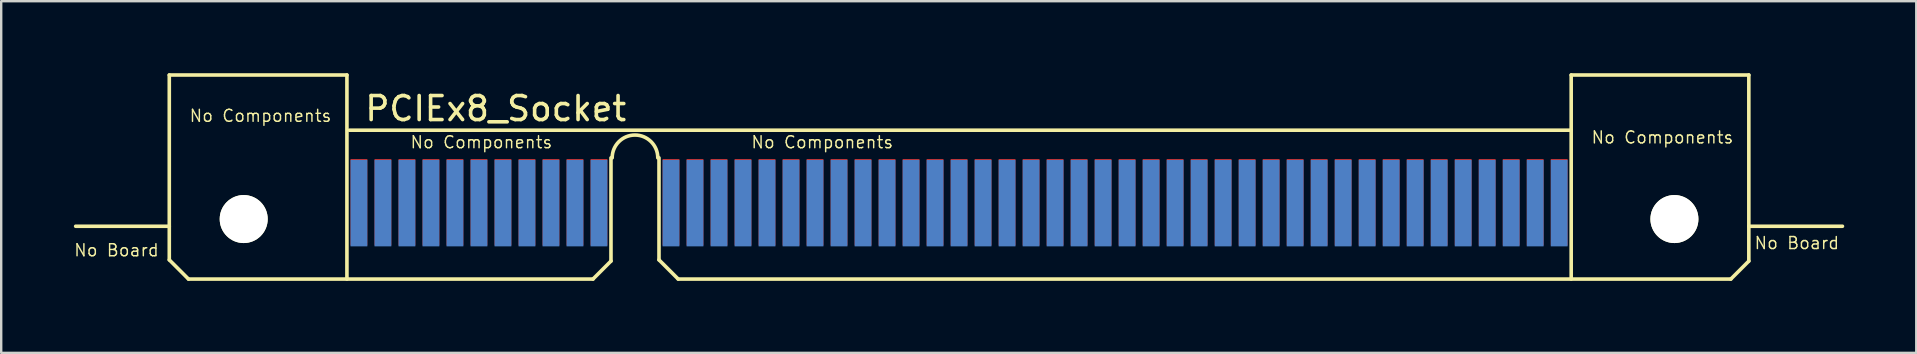
<source format=kicad_pcb>
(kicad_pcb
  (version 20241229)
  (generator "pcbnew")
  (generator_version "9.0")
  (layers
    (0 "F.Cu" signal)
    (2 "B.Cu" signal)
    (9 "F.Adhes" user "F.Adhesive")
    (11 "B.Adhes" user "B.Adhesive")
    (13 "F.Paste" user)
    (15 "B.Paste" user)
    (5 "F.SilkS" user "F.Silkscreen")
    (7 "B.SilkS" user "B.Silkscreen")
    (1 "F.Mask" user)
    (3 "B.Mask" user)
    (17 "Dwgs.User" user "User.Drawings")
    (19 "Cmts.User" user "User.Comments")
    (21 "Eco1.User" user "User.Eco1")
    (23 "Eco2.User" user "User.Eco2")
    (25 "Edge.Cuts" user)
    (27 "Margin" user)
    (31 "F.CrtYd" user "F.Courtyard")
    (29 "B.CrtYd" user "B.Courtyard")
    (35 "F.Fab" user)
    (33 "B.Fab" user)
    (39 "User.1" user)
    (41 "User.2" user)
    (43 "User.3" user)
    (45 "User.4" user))
  (footprint "PCIEx8_Socket"
    (layer "F.Cu")
    (at 17.902 5.375)
    (property "Reference" "PCIEx8_Socket" (at -0.3 -3.9 0) (layer "F.SilkS") (effects (font (size 1 1) (thickness 0.15))))
    (attr through_hole)
    (fp_line (start -13.9 -0.85) (end -13.9 3.2) (stroke (width 0.15) (type solid)) (layer "F.Mask"))
    (fp_line (start -13.9 3.2) (end 51.9 3.2) (stroke (width 0.15) (type solid)) (layer "F.Mask"))
    (fp_line (start 51.9 -0.85) (end -13.9 -0.85) (stroke (width 0.15) (type solid)) (layer "F.Mask"))
    (fp_line (start 51.9 3.2) (end 51.9 -0.85) (stroke (width 0.15) (type solid)) (layer "F.Mask"))
    (fp_line (start -17.8 1) (end -13.9 1) (stroke (width 0.15) (type solid)) (layer "F.SilkS"))
    (fp_line (start -13.9 2.4) (end -13.9 -5.3) (stroke (width 0.15) (type solid)) (layer "F.SilkS"))
    (fp_line (start -13.1 3.2) (end -13.9 2.4) (stroke (width 0.15) (type solid)) (layer "F.SilkS"))
    (fp_line (start -6.5 -5.3) (end -13.9 -5.3) (stroke (width 0.15) (type solid)) (layer "F.SilkS"))
    (fp_line (start -6.5 -5.3) (end -6.5 3.2) (stroke (width 0.15) (type solid)) (layer "F.SilkS"))
    (fp_line (start 3.75 3.2) (end -13.1 3.2) (stroke (width 0.15) (type solid)) (layer "F.SilkS"))
    (fp_line (start 4.5 -1.85) (end 4.5 2.45) (stroke (width 0.15) (type solid)) (layer "F.SilkS"))
    (fp_line (start 4.5 2.45) (end 3.75 3.2) (stroke (width 0.15) (type solid)) (layer "F.SilkS"))
    (fp_line (start 6.5 -1.85) (end 6.5 2.4) (stroke (width 0.15) (type solid)) (layer "F.SilkS"))
    (fp_line (start 7.3 3.2) (end 6.5 2.4) (stroke (width 0.15) (type solid)) (layer "F.SilkS"))
    (fp_line (start 7.3 3.2) (end 51.15 3.2) (stroke (width 0.15) (type solid)) (layer "F.SilkS"))
    (fp_line (start 44.5 -5.3) (end 44.5 3.2) (stroke (width 0.15) (type solid)) (layer "F.SilkS"))
    (fp_line (start 44.5 -3) (end -6.4 -3) (stroke (width 0.15) (type solid)) (layer "F.SilkS"))
    (fp_line (start 51.9 -5.3) (end 44.5 -5.3) (stroke (width 0.15) (type solid)) (layer "F.SilkS"))
    (fp_line (start 51.9 1) (end 55.8 1) (stroke (width 0.15) (type solid)) (layer "F.SilkS"))
    (fp_line (start 51.9 2.45) (end 51.15 3.2) (stroke (width 0.15) (type solid)) (layer "F.SilkS"))
    (fp_line (start 51.9 2.45) (end 51.9 -5.3) (stroke (width 0.15) (type solid)) (layer "F.SilkS"))
    (fp_arc (start 4.55 -1.85) (mid 5.5 -2.8) (end 6.45 -1.85) (stroke (width 0.15) (type solid)) (layer "F.SilkS"))
    (fp_text user "No Board" (at -16.1 2 0) (layer "F.SilkS") (effects (font (size 0.5 0.5) (thickness 0.06))))
    (fp_text user "No Components" (at 48.3 -2.7 0) (layer "F.SilkS") (effects (font (size 0.5 0.5) (thickness 0.06))))
    (fp_text user "No Components" (at 13.3 -2.5 0) (layer "F.SilkS") (effects (font (size 0.5 0.5) (thickness 0.06))))
    (fp_text user "No Components" (at -10.1 -3.6 0) (layer "F.SilkS") (effects (font (size 0.5 0.5) (thickness 0.06))))
    (fp_text user "No Components" (at -0.9 -2.5 0) (layer "F.SilkS") (effects (font (size 0.5 0.5) (thickness 0.06))))
    (fp_text user "No Board" (at 53.9 1.7 0) (layer "F.SilkS") (effects (font (size 0.5 0.5) (thickness 0.06))))
    (pad "" np_thru_hole circle (at -10.8 0.7) (size 2 2) (drill 2) (layers "*.Cu" "*.Mask" "F.SilkS"))
    (pad "" np_thru_hole circle (at 48.8 0.7) (size 2 2) (drill 2) (layers "*.Cu" "*.Mask" "F.SilkS"))
    (pad "A1" smd rect (at -6 0) (size 0.7 3.6) (layers "F.Cu" "F.Mask" "F.Paste"))
    (pad "A2" smd rect (at -5 0) (size 0.7 3.6) (layers "F.Cu" "F.Mask" "F.Paste"))
    (pad "A3" smd rect (at -4 0) (size 0.7 3.6) (layers "F.Cu" "F.Mask" "F.Paste"))
    (pad "A4" smd rect (at -3 0) (size 0.7 3.6) (layers "F.Cu" "F.Mask" "F.Paste"))
    (pad "A5" smd rect (at -2 0) (size 0.7 3.6) (layers "F.Cu" "F.Mask" "F.Paste"))
    (pad "A6" smd rect (at -1 0) (size 0.7 3.6) (layers "F.Cu" "F.Mask" "F.Paste"))
    (pad "A7" smd rect (at 0 0) (size 0.7 3.6) (layers "F.Cu" "F.Mask" "F.Paste"))
    (pad "A8" smd rect (at 1 0) (size 0.7 3.6) (layers "F.Cu" "F.Mask" "F.Paste"))
    (pad "A9" smd rect (at 2 0) (size 0.7 3.6) (layers "F.Cu" "F.Mask" "F.Paste"))
    (pad "A10" smd rect (at 3 0) (size 0.7 3.6) (layers "F.Cu" "F.Mask" "F.Paste"))
    (pad "A11" smd rect (at 4 0) (size 0.7 3.6) (layers "F.Cu" "F.Mask" "F.Paste"))
    (pad "A12" smd rect (at 7 0) (size 0.7 3.6) (layers "F.Cu" "F.Mask" "F.Paste"))
    (pad "A13" smd rect (at 8 0) (size 0.7 3.6) (layers "F.Cu" "F.Mask" "F.Paste"))
    (pad "A14" smd rect (at 9 0) (size 0.7 3.6) (layers "F.Cu" "F.Mask" "F.Paste"))
    (pad "A15" smd rect (at 10 0) (size 0.7 3.6) (layers "F.Cu" "F.Mask" "F.Paste"))
    (pad "A16" smd rect (at 11 0) (size 0.7 3.6) (layers "F.Cu" "F.Mask" "F.Paste"))
    (pad "A17" smd rect (at 12 0) (size 0.7 3.6) (layers "F.Cu" "F.Mask" "F.Paste"))
    (pad "A18" smd rect (at 13 0) (size 0.7 3.6) (layers "F.Cu" "F.Mask" "F.Paste"))
    (pad "A19" smd rect (at 14 0) (size 0.7 3.6) (layers "F.Cu" "F.Mask" "F.Paste"))
    (pad "A20" smd rect (at 15 0) (size 0.7 3.6) (layers "F.Cu" "F.Mask" "F.Paste"))
    (pad "A21" smd rect (at 16 0) (size 0.7 3.6) (layers "F.Cu" "F.Mask" "F.Paste"))
    (pad "A22" smd rect (at 17 0) (size 0.7 3.6) (layers "F.Cu" "F.Mask" "F.Paste"))
    (pad "A23" smd rect (at 18 0) (size 0.7 3.6) (layers "F.Cu" "F.Mask" "F.Paste"))
    (pad "A24" smd rect (at 19 0) (size 0.7 3.6) (layers "F.Cu" "F.Mask" "F.Paste"))
    (pad "A25" smd rect (at 20 0) (size 0.7 3.6) (layers "F.Cu" "F.Mask" "F.Paste"))
    (pad "A26" smd rect (at 21 0) (size 0.7 3.6) (layers "F.Cu" "F.Mask" "F.Paste"))
    (pad "A27" smd rect (at 22 0) (size 0.7 3.6) (layers "F.Cu" "F.Mask" "F.Paste"))
    (pad "A28" smd rect (at 23 0) (size 0.7 3.6) (layers "F.Cu" "F.Mask" "F.Paste"))
    (pad "A29" smd rect (at 24 0) (size 0.7 3.6) (layers "F.Cu" "F.Mask" "F.Paste"))
    (pad "A30" smd rect (at 25 0) (size 0.7 3.6) (layers "F.Cu" "F.Mask" "F.Paste"))
    (pad "A31" smd rect (at 26 0) (size 0.7 3.6) (layers "F.Cu" "F.Mask" "F.Paste"))
    (pad "A32" smd rect (at 27 0) (size 0.7 3.6) (layers "F.Cu" "F.Mask" "F.Paste"))
    (pad "A33" smd rect (at 28 0) (size 0.7 3.6) (layers "F.Cu" "F.Mask" "F.Paste"))
    (pad "A34" smd rect (at 29 0) (size 0.7 3.6) (layers "F.Cu" "F.Mask" "F.Paste"))
    (pad "A35" smd rect (at 30 0) (size 0.7 3.6) (layers "F.Cu" "F.Mask" "F.Paste"))
    (pad "A36" smd rect (at 31 0) (size 0.7 3.6) (layers "F.Cu" "F.Mask" "F.Paste"))
    (pad "A37" smd rect (at 32 0) (size 0.7 3.6) (layers "F.Cu" "F.Mask" "F.Paste"))
    (pad "A38" smd rect (at 33 0) (size 0.7 3.6) (layers "F.Cu" "F.Mask" "F.Paste"))
    (pad "A39" smd rect (at 34 0) (size 0.7 3.6) (layers "F.Cu" "F.Mask" "F.Paste"))
    (pad "A40" smd rect (at 35 0) (size 0.7 3.6) (layers "F.Cu" "F.Mask" "F.Paste"))
    (pad "A41" smd rect (at 36 0) (size 0.7 3.6) (layers "F.Cu" "F.Mask" "F.Paste"))
    (pad "A42" smd rect (at 37 0) (size 0.7 3.6) (layers "F.Cu" "F.Mask" "F.Paste"))
    (pad "A43" smd rect (at 38 0) (size 0.7 3.6) (layers "F.Cu" "F.Mask" "F.Paste"))
    (pad "A44" smd rect (at 39 0) (size 0.7 3.6) (layers "F.Cu" "F.Mask" "F.Paste"))
    (pad "A45" smd rect (at 40 0) (size 0.7 3.6) (layers "F.Cu" "F.Mask" "F.Paste"))
    (pad "A46" smd rect (at 41 0) (size 0.7 3.6) (layers "F.Cu" "F.Mask" "F.Paste"))
    (pad "A47" smd rect (at 42 0) (size 0.7 3.6) (layers "F.Cu" "F.Mask" "F.Paste"))
    (pad "A48" smd rect (at 43 0) (size 0.7 3.6) (layers "F.Cu" "F.Mask" "F.Paste"))
    (pad "A49" smd rect (at 44 0) (size 0.7 3.6) (layers "F.Cu" "F.Mask" "F.Paste"))
    (pad "B1" smd rect (at -6 0.038) (size 0.7 3.6) (layers "B.Cu" "B.Mask" "B.Paste"))
    (pad "B2" smd rect (at -5 0.038) (size 0.7 3.6) (layers "B.Cu" "B.Mask" "B.Paste"))
    (pad "B3" smd rect (at -4 0.038) (size 0.7 3.6) (layers "B.Cu" "B.Mask" "B.Paste"))
    (pad "B4" smd rect (at -3 0.038) (size 0.7 3.6) (layers "B.Cu" "B.Mask" "B.Paste"))
    (pad "B5" smd rect (at -2 0.038) (size 0.7 3.6) (layers "B.Cu" "B.Mask" "B.Paste"))
    (pad "B6" smd rect (at -1 0.038) (size 0.7 3.6) (layers "B.Cu" "B.Mask" "B.Paste"))
    (pad "B7" smd rect (at 0 0.038) (size 0.7 3.6) (layers "B.Cu" "B.Mask" "B.Paste"))
    (pad "B8" smd rect (at 1 0.038) (size 0.7 3.6) (layers "B.Cu" "B.Mask" "B.Paste"))
    (pad "B9" smd rect (at 2 0.038) (size 0.7 3.6) (layers "B.Cu" "B.Mask" "B.Paste"))
    (pad "B10" smd rect (at 3 0.038) (size 0.7 3.6) (layers "B.Cu" "B.Mask" "B.Paste"))
    (pad "B11" smd rect (at 4 0.038) (size 0.7 3.6) (layers "B.Cu" "B.Mask" "B.Paste"))
    (pad "B12" smd rect (at 7 0.038) (size 0.7 3.6) (layers "B.Cu" "B.Mask" "B.Paste"))
    (pad "B13" smd rect (at 8 0.038) (size 0.7 3.6) (layers "B.Cu" "B.Mask" "B.Paste"))
    (pad "B14" smd rect (at 9 0.038) (size 0.7 3.6) (layers "B.Cu" "B.Mask" "B.Paste"))
    (pad "B15" smd rect (at 10 0.038) (size 0.7 3.6) (layers "B.Cu" "B.Mask" "B.Paste"))
    (pad "B16" smd rect (at 11 0.038) (size 0.7 3.6) (layers "B.Cu" "B.Mask" "B.Paste"))
    (pad "B17" smd rect (at 12 0.038) (size 0.7 3.6) (layers "B.Cu" "B.Mask" "B.Paste"))
    (pad "B18" smd rect (at 13 0.038) (size 0.7 3.6) (layers "B.Cu" "B.Mask" "B.Paste"))
    (pad "B19" smd rect (at 14 0.038) (size 0.7 3.6) (layers "B.Cu" "B.Mask" "B.Paste"))
    (pad "B20" smd rect (at 15 0.038) (size 0.7 3.6) (layers "B.Cu" "B.Mask" "B.Paste"))
    (pad "B21" smd rect (at 16 0.038) (size 0.7 3.6) (layers "B.Cu" "B.Mask" "B.Paste"))
    (pad "B22" smd rect (at 17 0.038) (size 0.7 3.6) (layers "B.Cu" "B.Mask" "B.Paste"))
    (pad "B23" smd rect (at 18 0.038) (size 0.7 3.6) (layers "B.Cu" "B.Mask" "B.Paste"))
    (pad "B24" smd rect (at 19 0.038) (size 0.7 3.6) (layers "B.Cu" "B.Mask" "B.Paste"))
    (pad "B25" smd rect (at 20 0.038) (size 0.7 3.6) (layers "B.Cu" "B.Mask" "B.Paste"))
    (pad "B26" smd rect (at 21 0.038) (size 0.7 3.6) (layers "B.Cu" "B.Mask" "B.Paste"))
    (pad "B27" smd rect (at 22 0.038) (size 0.7 3.6) (layers "B.Cu" "B.Mask" "B.Paste"))
    (pad "B28" smd rect (at 23 0.038) (size 0.7 3.6) (layers "B.Cu" "B.Mask" "B.Paste"))
    (pad "B29" smd rect (at 24 0.038) (size 0.7 3.6) (layers "B.Cu" "B.Mask" "B.Paste"))
    (pad "B30" smd rect (at 25 0.038) (size 0.7 3.6) (layers "B.Cu" "B.Mask" "B.Paste"))
    (pad "B31" smd rect (at 26 0.038) (size 0.7 3.6) (layers "B.Cu" "B.Mask" "B.Paste"))
    (pad "B32" smd rect (at 27 0.038) (size 0.7 3.6) (layers "B.Cu" "B.Mask" "B.Paste"))
    (pad "B33" smd rect (at 28 0.038) (size 0.7 3.6) (layers "B.Cu" "B.Mask" "B.Paste"))
    (pad "B34" smd rect (at 29 0.038) (size 0.7 3.6) (layers "B.Cu" "B.Mask" "B.Paste"))
    (pad "B35" smd rect (at 30 0.038) (size 0.7 3.6) (layers "B.Cu" "B.Mask" "B.Paste"))
    (pad "B36" smd rect (at 31 0.038) (size 0.7 3.6) (layers "B.Cu" "B.Mask" "B.Paste"))
    (pad "B37" smd rect (at 32 0.038) (size 0.7 3.6) (layers "B.Cu" "B.Mask" "B.Paste"))
    (pad "B38" smd rect (at 33 0.038) (size 0.7 3.6) (layers "B.Cu" "B.Mask" "B.Paste"))
    (pad "B39" smd rect (at 34 0.038) (size 0.7 3.6) (layers "B.Cu" "B.Mask" "B.Paste"))
    (pad "B40" smd rect (at 35 0.038) (size 0.7 3.6) (layers "B.Cu" "B.Mask" "B.Paste"))
    (pad "B41" smd rect (at 36 0.038) (size 0.7 3.6) (layers "B.Cu" "B.Mask" "B.Paste"))
    (pad "B42" smd rect (at 37 0.038) (size 0.7 3.6) (layers "B.Cu" "B.Mask" "B.Paste"))
    (pad "B43" smd rect (at 38 0.038) (size 0.7 3.6) (layers "B.Cu" "B.Mask" "B.Paste"))
    (pad "B44" smd rect (at 39 0.038) (size 0.7 3.6) (layers "B.Cu" "B.Mask" "B.Paste"))
    (pad "B45" smd rect (at 40 0.038) (size 0.7 3.6) (layers "B.Cu" "B.Mask" "B.Paste"))
    (pad "B46" smd rect (at 41 0.038) (size 0.7 3.6) (layers "B.Cu" "B.Mask" "B.Paste"))
    (pad "B47" smd rect (at 42 0.038) (size 0.7 3.6) (layers "B.Cu" "B.Mask" "B.Paste"))
    (pad "B48" smd rect (at 43 0.038) (size 0.7 3.6) (layers "B.Cu" "B.Mask" "B.Paste"))
    (pad "B49" smd rect (at 44 0.038) (size 0.7 3.6) (layers "B.Cu" "B.Mask" "B.Paste")))
  (gr_rect
    (start -3 -3)
    (end 76.777 11.65)
    (stroke (width 0.1) (type default))
    (fill no)
    (layer "Edge.Cuts")))
</source>
